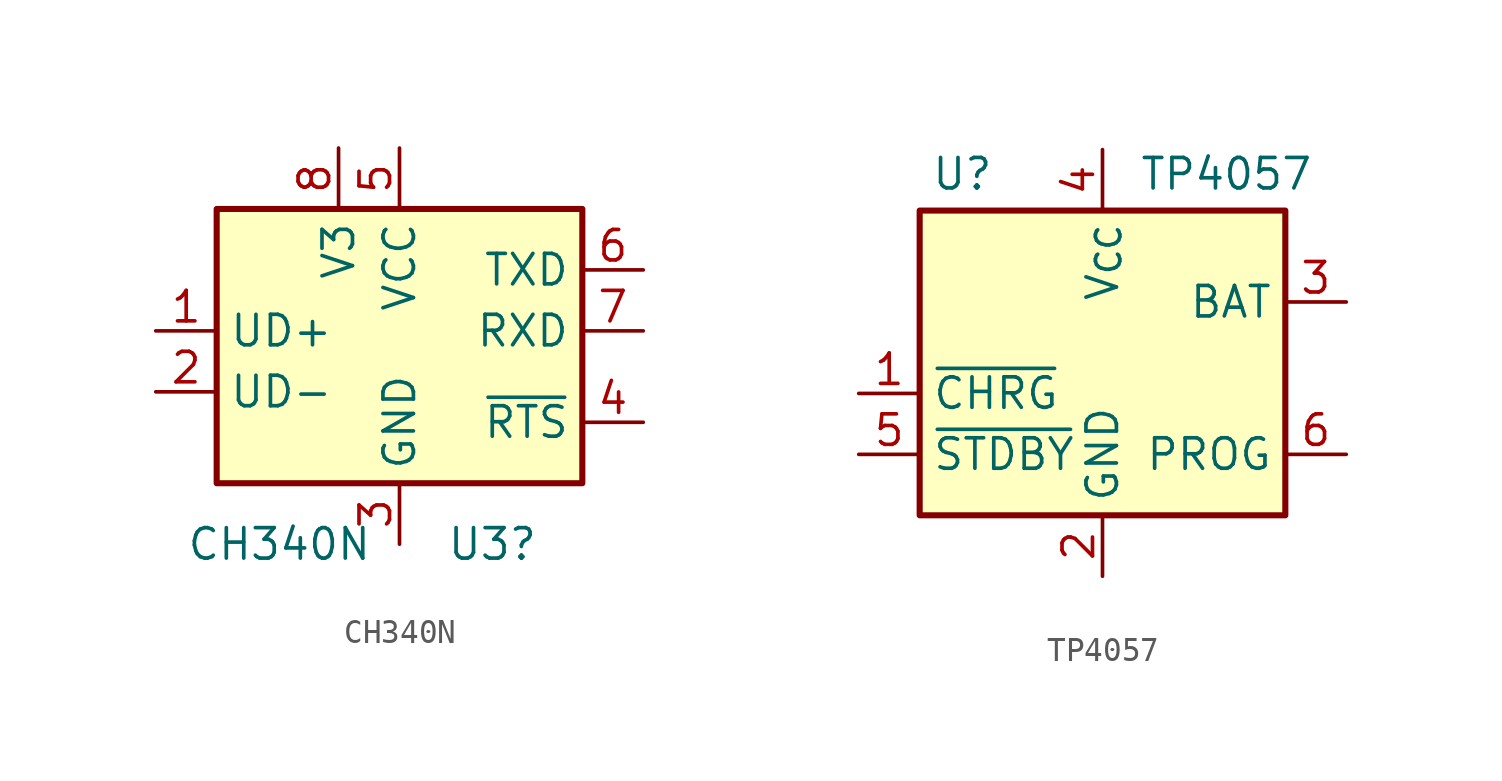
<source format=kicad_sym>
(kicad_symbol_lib
  (version 20220914)
  (generator kicad_symbol_editor)
  (symbol "CH340N"
    (property "Reference" "U3"
      (at 1.956 -1.27 0)
      (effects (font (size 1.27 1.27)) (justify left)))
    (property "Value" "CH340N"
      (at -8.89 -1.27 0)
      (effects (font (size 1.27 1.27)) (justify left)))
    (symbol "CH340N_0_1"
      (rectangle (start -7.62 12.7) (end 7.62 1.27) (stroke (width 0.254) (type default)) (fill (type background))))
    (symbol "CH340N_1_1"
      (pin bidirectional line (at -10.16 7.62 0) (length 2.54) (name "UD+" (effects (font (size 1.27 1.27)))) (number "1" (effects (font (size 1.27 1.27)))))
      (pin bidirectional line (at -10.16 5.08 0) (length 2.54) (name "UD-" (effects (font (size 1.27 1.27)))) (number "2" (effects (font (size 1.27 1.27)))))
      (pin power_in line (at 0 -1.27 90) (length 2.54) (name "GND" (effects (font (size 1.27 1.27)))) (number "3" (effects (font (size 1.27 1.27)))))
      (pin output line (at 10.16 3.81 180) (length 2.54) (name "~{RTS}" (effects (font (size 1.27 1.27)))) (number "4" (effects (font (size 1.27 1.27)))))
      (pin power_in line (at 0 15.24 270) (length 2.54) (name "VCC" (effects (font (size 1.27 1.27)))) (number "5" (effects (font (size 1.27 1.27)))))
      (pin output line (at 10.16 10.16 180) (length 2.54) (name "TXD" (effects (font (size 1.27 1.27)))) (number "6" (effects (font (size 1.27 1.27)))))
      (pin input line (at 10.16 7.62 180) (length 2.54) (name "RXD" (effects (font (size 1.27 1.27)))) (number "7" (effects (font (size 1.27 1.27)))))
      (pin passive line (at -2.54 15.24 270) (length 2.54) (name "V3" (effects (font (size 1.27 1.27)))) (number "8" (effects (font (size 1.27 1.27)))))))
  (symbol "TP4057"
    (property "Reference" "U"
      (at -5.842 6.604 0)
      (effects (font (size 1.27 1.27))))
    (property "Value" "TP4057"
      (at 1.524 6.604 0)
      (effects (font (size 1.27 1.27)) (justify left)))
    (symbol "TP4057_0_1"
      (rectangle (start -7.62 5.08) (end 7.62 -7.62) (stroke (width 0.254) (type default)) (fill (type background))))
    (symbol "TP4057_1_0"
      (pin open_collector line (at -10.16 -5.08 0) (length 2.54) (name "~{STDBY}" (effects (font (size 1.27 1.27)))) (number "5" (effects (font (size 1.27 1.27))))))
    (symbol "TP4057_1_1"
      (pin open_collector line (at -10.16 -2.54 0) (length 2.54) (name "~{CHRG}" (effects (font (size 1.27 1.27)))) (number "1" (effects (font (size 1.27 1.27)))))
      (pin power_in line (at 0 -10.16 90) (length 2.54) (name "GND" (effects (font (size 1.27 1.27)))) (number "2" (effects (font (size 1.27 1.27)))))
      (pin power_out line (at 10.16 1.27 180) (length 2.54) (name "BAT" (effects (font (size 1.27 1.27)))) (number "3" (effects (font (size 1.27 1.27)))))
      (pin power_in line (at 0 7.62 270) (length 2.54) (name "V_{CC}" (effects (font (size 1.27 1.27)))) (number "4" (effects (font (size 1.27 1.27)))))
      (pin bidirectional line (at 10.16 -5.08 180) (length 2.54) (name "PROG" (effects (font (size 1.27 1.27)))) (number "6" (effects (font (size 1.27 1.27))))))))
</source>
